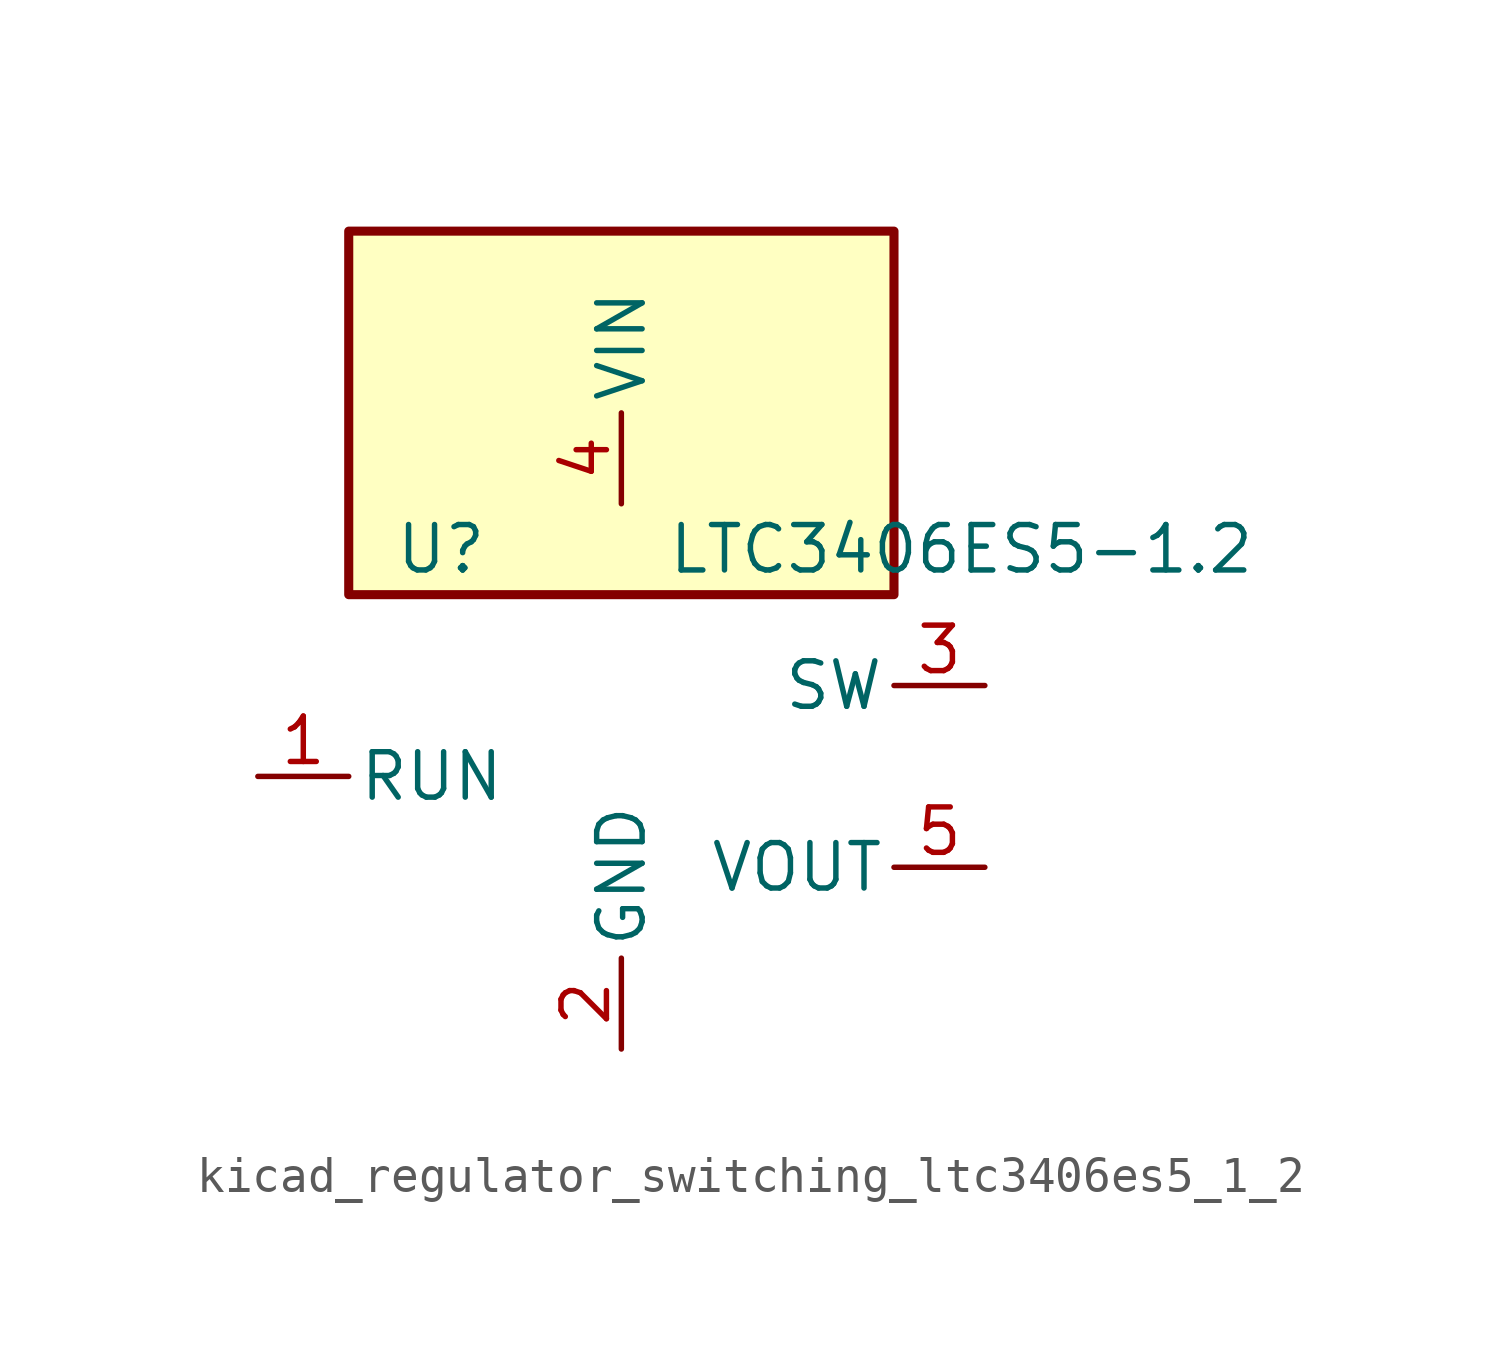
<source format=kicad_sym>
(kicad_symbol_lib
  (version 20220914)
  (generator kicad_symbol_editor)
  (symbol "kicad_regulator_switching_ltc3406es5_1_2"
    (pin_names
      (offset 0.254))
    (property "Reference" "U"
      (at -6.35 6.35 0)
      (effects (font (size 1.27 1.27)) (justify left)))
    (property "Value" "LTC3406ES5-1.2"
      (at 1.27 6.35 0)
      (effects (font (size 1.27 1.27)) (justify left)))
    (symbol "kicad_regulator_switching_ltc3406es5_1_2_0_1"
      (rectangle (start 7.62 15.24) (end -7.62 5.08) (stroke (width 0.254) (type default)) (fill (type background))))
    (symbol "kicad_regulator_switching_ltc3406es5_1_2_1_1"
      (pin input line (at -10.16 0 0) (length 2.54) (name "RUN" (effects (font (size 1.27 1.27)))) (number "1" (effects (font (size 1.27 1.27)))))
      (pin power_in line (at 0 -7.62 90) (length 2.54) (name "GND" (effects (font (size 1.27 1.27)))) (number "2" (effects (font (size 1.27 1.27)))))
      (pin output line (at 10.16 2.54 180) (length 2.54) (name "SW" (effects (font (size 1.27 1.27)))) (number "3" (effects (font (size 1.27 1.27)))))
      (pin power_in line (at 0 7.62 90) (length 2.54) (name "VIN" (effects (font (size 1.27 1.27)))) (number "4" (effects (font (size 1.27 1.27)))))
      (pin power_out line (at 10.16 -2.54 180) (length 2.54) (name "VOUT" (effects (font (size 1.27 1.27)))) (number "5" (effects (font (size 1.27 1.27))))))))
</source>
